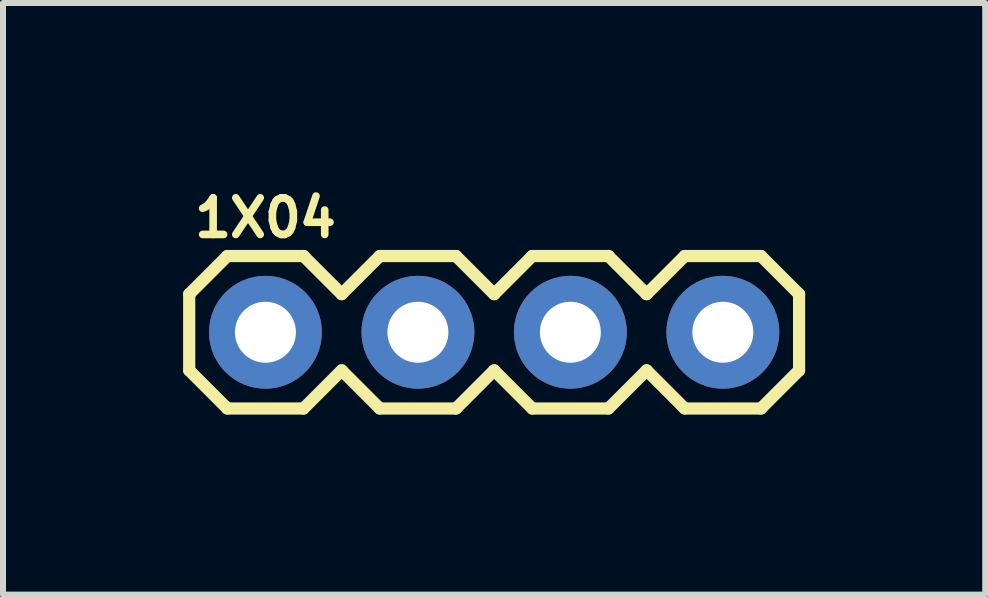
<source format=kicad_pcb>
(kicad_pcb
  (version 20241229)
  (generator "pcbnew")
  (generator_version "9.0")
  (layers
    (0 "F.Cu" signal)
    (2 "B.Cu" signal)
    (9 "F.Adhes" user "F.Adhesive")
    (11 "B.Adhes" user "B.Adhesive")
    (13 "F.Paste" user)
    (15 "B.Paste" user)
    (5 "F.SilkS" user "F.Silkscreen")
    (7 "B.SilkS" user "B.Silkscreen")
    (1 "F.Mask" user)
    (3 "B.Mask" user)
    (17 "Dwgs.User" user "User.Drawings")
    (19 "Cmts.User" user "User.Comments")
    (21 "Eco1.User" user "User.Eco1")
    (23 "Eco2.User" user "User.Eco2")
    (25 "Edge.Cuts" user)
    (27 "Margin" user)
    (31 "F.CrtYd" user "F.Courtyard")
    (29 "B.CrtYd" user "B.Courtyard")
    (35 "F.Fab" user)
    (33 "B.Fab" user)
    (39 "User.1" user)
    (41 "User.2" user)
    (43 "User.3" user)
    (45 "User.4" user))
  (footprint "1X04"
    (layer "F.Cu")
    (at 1.372 2.485)
    (property "Reference" "1X04" (at 0 -1.905 0) (layer "F.SilkS") (effects (font (size 0.61 0.61) (thickness 0.127))))
    (attr exclude_from_pos_files exclude_from_bom)
    (fp_line (start -1.27 -0.635) (end -1.27 0.635) (stroke (width 0.203) (type solid)) (layer "F.SilkS"))
    (fp_line (start -1.27 0.635) (end -0.635 1.27) (stroke (width 0.203) (type solid)) (layer "F.SilkS"))
    (fp_line (start -0.635 -1.27) (end -1.27 -0.635) (stroke (width 0.203) (type solid)) (layer "F.SilkS"))
    (fp_line (start -0.635 -1.27) (end 0.635 -1.27) (stroke (width 0.203) (type solid)) (layer "F.SilkS"))
    (fp_line (start 0.635 -1.27) (end 1.27 -0.635) (stroke (width 0.203) (type solid)) (layer "F.SilkS"))
    (fp_line (start 0.635 1.27) (end -0.635 1.27) (stroke (width 0.203) (type solid)) (layer "F.SilkS"))
    (fp_line (start 1.27 -0.635) (end 1.905 -1.27) (stroke (width 0.203) (type solid)) (layer "F.SilkS"))
    (fp_line (start 1.27 0.635) (end 0.635 1.27) (stroke (width 0.203) (type solid)) (layer "F.SilkS"))
    (fp_line (start 1.905 -1.27) (end 3.175 -1.27) (stroke (width 0.203) (type solid)) (layer "F.SilkS"))
    (fp_line (start 1.905 1.27) (end 1.27 0.635) (stroke (width 0.203) (type solid)) (layer "F.SilkS"))
    (fp_line (start 3.175 -1.27) (end 3.81 -0.635) (stroke (width 0.203) (type solid)) (layer "F.SilkS"))
    (fp_line (start 3.175 1.27) (end 1.905 1.27) (stroke (width 0.203) (type solid)) (layer "F.SilkS"))
    (fp_line (start 3.81 -0.635) (end 4.445 -1.27) (stroke (width 0.203) (type solid)) (layer "F.SilkS"))
    (fp_line (start 3.81 0.635) (end 3.175 1.27) (stroke (width 0.203) (type solid)) (layer "F.SilkS"))
    (fp_line (start 4.445 -1.27) (end 5.715 -1.27) (stroke (width 0.203) (type solid)) (layer "F.SilkS"))
    (fp_line (start 4.445 1.27) (end 3.81 0.635) (stroke (width 0.203) (type solid)) (layer "F.SilkS"))
    (fp_line (start 5.715 -1.27) (end 6.35 -0.635) (stroke (width 0.203) (type solid)) (layer "F.SilkS"))
    (fp_line (start 5.715 1.27) (end 4.445 1.27) (stroke (width 0.203) (type solid)) (layer "F.SilkS"))
    (fp_line (start 6.35 0.635) (end 5.715 1.27) (stroke (width 0.203) (type solid)) (layer "F.SilkS"))
    (fp_line (start 6.35 0.635) (end 6.985 1.27) (stroke (width 0.203) (type solid)) (layer "F.SilkS"))
    (fp_line (start 6.985 -1.27) (end 6.35 -0.635) (stroke (width 0.203) (type solid)) (layer "F.SilkS"))
    (fp_line (start 6.985 -1.27) (end 8.255 -1.27) (stroke (width 0.203) (type solid)) (layer "F.SilkS"))
    (fp_line (start 8.255 -1.27) (end 8.89 -0.635) (stroke (width 0.203) (type solid)) (layer "F.SilkS"))
    (fp_line (start 8.255 1.27) (end 6.985 1.27) (stroke (width 0.203) (type solid)) (layer "F.SilkS"))
    (fp_line (start 8.89 -0.635) (end 8.89 0.635) (stroke (width 0.203) (type solid)) (layer "F.SilkS"))
    (fp_line (start 8.89 0.635) (end 8.255 1.27) (stroke (width 0.203) (type solid)) (layer "F.SilkS"))
    (pad "1" thru_hole circle (at 0 0) (size 1.88 1.88) (drill 1.016) (layers "*.Cu" "*.Mask"))
    (pad "2" thru_hole circle (at 2.54 0) (size 1.88 1.88) (drill 1.016) (layers "*.Cu" "*.Mask"))
    (pad "3" thru_hole circle (at 5.08 0) (size 1.88 1.88) (drill 1.016) (layers "*.Cu" "*.Mask"))
    (pad "4" thru_hole circle (at 7.62 0) (size 1.88 1.88) (drill 1.016) (layers "*.Cu" "*.Mask")))
  (gr_rect
    (start -3 -3)
    (end 13.363 6.856)
    (stroke (width 0.1) (type default))
    (fill no)
    (layer "Edge.Cuts")))
</source>
